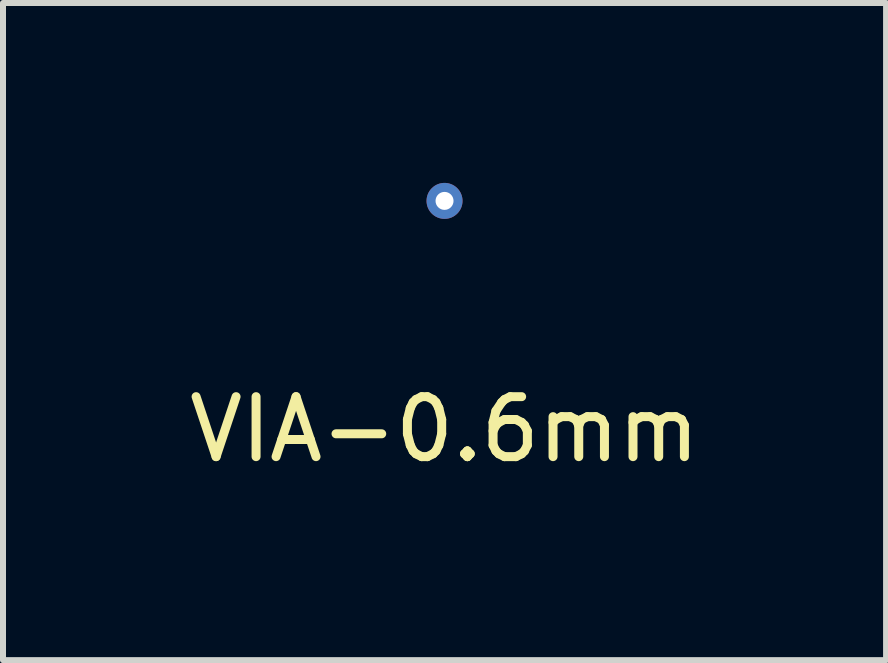
<source format=kicad_pcb>
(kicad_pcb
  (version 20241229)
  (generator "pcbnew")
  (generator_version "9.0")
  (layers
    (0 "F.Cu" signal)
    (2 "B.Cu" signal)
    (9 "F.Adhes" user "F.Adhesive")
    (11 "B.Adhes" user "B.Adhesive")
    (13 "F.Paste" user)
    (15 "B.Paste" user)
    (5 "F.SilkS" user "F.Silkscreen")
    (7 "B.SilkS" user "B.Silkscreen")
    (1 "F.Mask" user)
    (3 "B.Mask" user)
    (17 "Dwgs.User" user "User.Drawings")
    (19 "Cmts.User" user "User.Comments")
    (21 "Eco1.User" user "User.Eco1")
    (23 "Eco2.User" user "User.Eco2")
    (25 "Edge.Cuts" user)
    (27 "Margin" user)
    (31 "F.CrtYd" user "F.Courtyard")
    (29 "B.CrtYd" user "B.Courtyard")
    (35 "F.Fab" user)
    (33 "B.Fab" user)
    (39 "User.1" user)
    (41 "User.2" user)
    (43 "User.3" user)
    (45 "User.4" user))
  (footprint "VIA-0.6mm"
    (layer "F.Cu")
    (at 4.363 0.3)
    (property "Reference" "VIA-0.6mm" (at 0 3.81 0) (layer "F.SilkS") (effects (font (size 1 1) (thickness 0.15))))
    (attr through_hole)
    (pad "1" thru_hole circle (at 0 0) (size 0.6 0.6) (drill 0.3) (layers "*.Cu")))
  (gr_rect
    (start -3 -3)
    (end 11.726 7.958)
    (stroke (width 0.1) (type default))
    (fill no)
    (layer "Edge.Cuts")))
</source>
